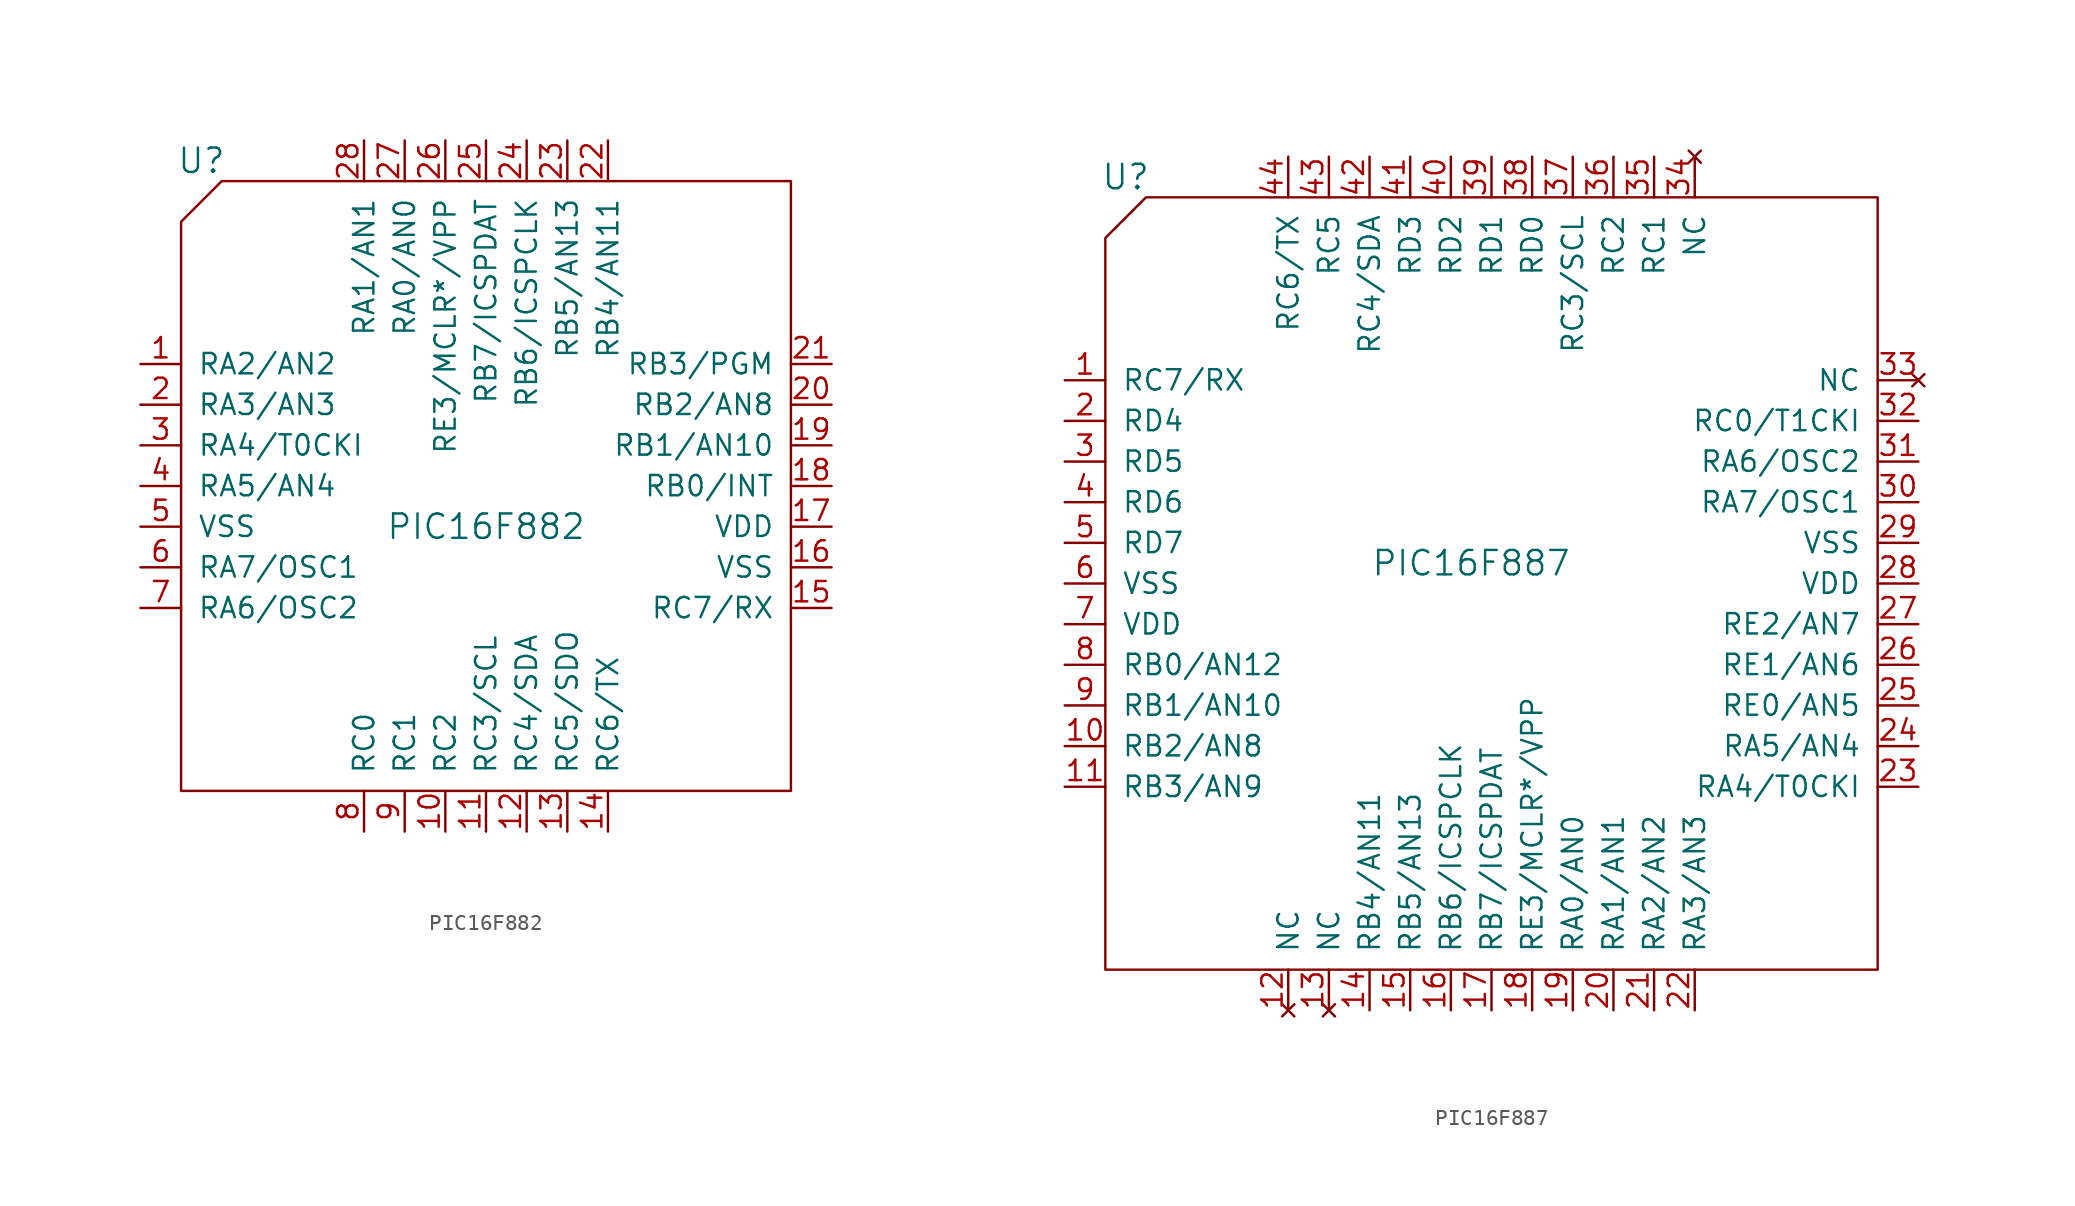
<source format=kicad_sym>
(kicad_symbol_lib
  (version 20211014)
  (generator kicad_symbol_editor)
  (symbol "PIC16F882"
    (pin_names
      (offset 1.016))
    (property "Reference" "U"
      (at -17.78 20.32 0)
      (effects (font (size 1.524 1.524))))
    (property "Value" "PIC16F882"
      (at 0 -2.54 0)
      (effects (font (size 1.524 1.524))))
    (property "Footprint" ""
      (at 0 0 0)
      (effects (font (size 1.524 1.524))))
    (property "Datasheet" ""
      (at 0 0 0)
      (effects (font (size 1.524 1.524))))
    (symbol "PIC16F882_0_1"
      (polyline (pts (xy -19.05 16.51) (xy -16.51 19.05) (xy 19.05 19.05) (xy 19.05 -19.05) (xy -19.05 -19.05) (xy -19.05 16.51)) (stroke (width 0) (type default) (color 0 0 0 0)) (fill (type none))))
    (symbol "PIC16F882_1_1"
      (pin bidirectional line (at -21.59 7.62 0) (length 2.54) (name "RA2/AN2" (effects (font (size 1.27 1.27)))) (number "1" (effects (font (size 1.27 1.27)))))
      (pin bidirectional line (at -2.54 -21.59 90) (length 2.54) (name "RC2" (effects (font (size 1.27 1.27)))) (number "10" (effects (font (size 1.27 1.27)))))
      (pin bidirectional line (at 0 -21.59 90) (length 2.54) (name "RC3/SCL" (effects (font (size 1.27 1.27)))) (number "11" (effects (font (size 1.27 1.27)))))
      (pin bidirectional line (at 2.54 -21.59 90) (length 2.54) (name "RC4/SDA" (effects (font (size 1.27 1.27)))) (number "12" (effects (font (size 1.27 1.27)))))
      (pin bidirectional line (at 5.08 -21.59 90) (length 2.54) (name "RC5/SDO" (effects (font (size 1.27 1.27)))) (number "13" (effects (font (size 1.27 1.27)))))
      (pin bidirectional line (at 7.62 -21.59 90) (length 2.54) (name "RC6/TX" (effects (font (size 1.27 1.27)))) (number "14" (effects (font (size 1.27 1.27)))))
      (pin bidirectional line (at 21.59 -7.62 180) (length 2.54) (name "RC7/RX" (effects (font (size 1.27 1.27)))) (number "15" (effects (font (size 1.27 1.27)))))
      (pin power_in line (at 21.59 -5.08 180) (length 2.54) (name "VSS" (effects (font (size 1.27 1.27)))) (number "16" (effects (font (size 1.27 1.27)))))
      (pin power_in line (at 21.59 -2.54 180) (length 2.54) (name "VDD" (effects (font (size 1.27 1.27)))) (number "17" (effects (font (size 1.27 1.27)))))
      (pin bidirectional line (at 21.59 0 180) (length 2.54) (name "RB0/INT" (effects (font (size 1.27 1.27)))) (number "18" (effects (font (size 1.27 1.27)))))
      (pin bidirectional line (at 21.59 2.54 180) (length 2.54) (name "RB1/AN10" (effects (font (size 1.27 1.27)))) (number "19" (effects (font (size 1.27 1.27)))))
      (pin bidirectional line (at -21.59 5.08 0) (length 2.54) (name "RA3/AN3" (effects (font (size 1.27 1.27)))) (number "2" (effects (font (size 1.27 1.27)))))
      (pin bidirectional line (at 21.59 5.08 180) (length 2.54) (name "RB2/AN8" (effects (font (size 1.27 1.27)))) (number "20" (effects (font (size 1.27 1.27)))))
      (pin bidirectional line (at 21.59 7.62 180) (length 2.54) (name "RB3/PGM" (effects (font (size 1.27 1.27)))) (number "21" (effects (font (size 1.27 1.27)))))
      (pin bidirectional line (at 7.62 21.59 270) (length 2.54) (name "RB4/AN11" (effects (font (size 1.27 1.27)))) (number "22" (effects (font (size 1.27 1.27)))))
      (pin bidirectional line (at 5.08 21.59 270) (length 2.54) (name "RB5/AN13" (effects (font (size 1.27 1.27)))) (number "23" (effects (font (size 1.27 1.27)))))
      (pin bidirectional line (at 2.54 21.59 270) (length 2.54) (name "RB6/ICSPCLK" (effects (font (size 1.27 1.27)))) (number "24" (effects (font (size 1.27 1.27)))))
      (pin bidirectional line (at 0 21.59 270) (length 2.54) (name "RB7/ICSPDAT" (effects (font (size 1.27 1.27)))) (number "25" (effects (font (size 1.27 1.27)))))
      (pin input line (at -2.54 21.59 270) (length 2.54) (name "RE3/MCLR*/VPP" (effects (font (size 1.27 1.27)))) (number "26" (effects (font (size 1.27 1.27)))))
      (pin bidirectional line (at -5.08 21.59 270) (length 2.54) (name "RA0/AN0" (effects (font (size 1.27 1.27)))) (number "27" (effects (font (size 1.27 1.27)))))
      (pin bidirectional line (at -7.62 21.59 270) (length 2.54) (name "RA1/AN1" (effects (font (size 1.27 1.27)))) (number "28" (effects (font (size 1.27 1.27)))))
      (pin bidirectional line (at -21.59 2.54 0) (length 2.54) (name "RA4/T0CKI" (effects (font (size 1.27 1.27)))) (number "3" (effects (font (size 1.27 1.27)))))
      (pin bidirectional line (at -21.59 0 0) (length 2.54) (name "RA5/AN4" (effects (font (size 1.27 1.27)))) (number "4" (effects (font (size 1.27 1.27)))))
      (pin power_in line (at -21.59 -2.54 0) (length 2.54) (name "VSS" (effects (font (size 1.27 1.27)))) (number "5" (effects (font (size 1.27 1.27)))))
      (pin bidirectional line (at -21.59 -5.08 0) (length 2.54) (name "RA7/OSC1" (effects (font (size 1.27 1.27)))) (number "6" (effects (font (size 1.27 1.27)))))
      (pin bidirectional line (at -21.59 -7.62 0) (length 2.54) (name "RA6/OSC2" (effects (font (size 1.27 1.27)))) (number "7" (effects (font (size 1.27 1.27)))))
      (pin bidirectional line (at -7.62 -21.59 90) (length 2.54) (name "RC0" (effects (font (size 1.27 1.27)))) (number "8" (effects (font (size 1.27 1.27)))))
      (pin bidirectional line (at -5.08 -21.59 90) (length 2.54) (name "RC1" (effects (font (size 1.27 1.27)))) (number "9" (effects (font (size 1.27 1.27)))))))
  (symbol "PIC16F887"
    (pin_names
      (offset 1.016))
    (property "Reference" "U"
      (at -22.86 25.4 0)
      (effects (font (size 1.524 1.524))))
    (property "Value" "PIC16F887"
      (at -1.27 1.27 0)
      (effects (font (size 1.524 1.524))))
    (property "Footprint" ""
      (at 0 0 0)
      (effects (font (size 1.524 1.524))))
    (property "Datasheet" ""
      (at 0 0 0)
      (effects (font (size 1.524 1.524))))
    (symbol "PIC16F887_0_1"
      (polyline (pts (xy 24.13 -24.13) (xy -24.13 -24.13) (xy -24.13 21.59) (xy -21.59 24.13) (xy 24.13 24.13) (xy 24.13 -24.13)) (stroke (width 0) (type default) (color 0 0 0 0)) (fill (type none))))
    (symbol "PIC16F887_1_1"
      (pin bidirectional line (at -26.67 12.7 0) (length 2.54) (name "RC7/RX" (effects (font (size 1.27 1.27)))) (number "1" (effects (font (size 1.27 1.27)))))
      (pin bidirectional line (at -26.67 -10.16 0) (length 2.54) (name "RB2/AN8" (effects (font (size 1.27 1.27)))) (number "10" (effects (font (size 1.27 1.27)))))
      (pin bidirectional line (at -26.67 -12.7 0) (length 2.54) (name "RB3/AN9" (effects (font (size 1.27 1.27)))) (number "11" (effects (font (size 1.27 1.27)))))
      (pin no_connect line (at -12.7 -26.67 90) (length 2.54) (name "NC" (effects (font (size 1.27 1.27)))) (number "12" (effects (font (size 1.27 1.27)))))
      (pin no_connect line (at -10.16 -26.67 90) (length 2.54) (name "NC" (effects (font (size 1.27 1.27)))) (number "13" (effects (font (size 1.27 1.27)))))
      (pin bidirectional line (at -7.62 -26.67 90) (length 2.54) (name "RB4/AN11" (effects (font (size 1.27 1.27)))) (number "14" (effects (font (size 1.27 1.27)))))
      (pin bidirectional line (at -5.08 -26.67 90) (length 2.54) (name "RB5/AN13" (effects (font (size 1.27 1.27)))) (number "15" (effects (font (size 1.27 1.27)))))
      (pin bidirectional line (at -2.54 -26.67 90) (length 2.54) (name "RB6/ICSPCLK" (effects (font (size 1.27 1.27)))) (number "16" (effects (font (size 1.27 1.27)))))
      (pin bidirectional line (at 0 -26.67 90) (length 2.54) (name "RB7/ICSPDAT" (effects (font (size 1.27 1.27)))) (number "17" (effects (font (size 1.27 1.27)))))
      (pin input line (at 2.54 -26.67 90) (length 2.54) (name "RE3/MCLR*/VPP" (effects (font (size 1.27 1.27)))) (number "18" (effects (font (size 1.27 1.27)))))
      (pin bidirectional line (at 5.08 -26.67 90) (length 2.54) (name "RA0/AN0" (effects (font (size 1.27 1.27)))) (number "19" (effects (font (size 1.27 1.27)))))
      (pin bidirectional line (at -26.67 10.16 0) (length 2.54) (name "RD4" (effects (font (size 1.27 1.27)))) (number "2" (effects (font (size 1.27 1.27)))))
      (pin bidirectional line (at 7.62 -26.67 90) (length 2.54) (name "RA1/AN1" (effects (font (size 1.27 1.27)))) (number "20" (effects (font (size 1.27 1.27)))))
      (pin bidirectional line (at 10.16 -26.67 90) (length 2.54) (name "RA2/AN2" (effects (font (size 1.27 1.27)))) (number "21" (effects (font (size 1.27 1.27)))))
      (pin bidirectional line (at 12.7 -26.67 90) (length 2.54) (name "RA3/AN3" (effects (font (size 1.27 1.27)))) (number "22" (effects (font (size 1.27 1.27)))))
      (pin bidirectional line (at 26.67 -12.7 180) (length 2.54) (name "RA4/T0CKI" (effects (font (size 1.27 1.27)))) (number "23" (effects (font (size 1.27 1.27)))))
      (pin bidirectional line (at 26.67 -10.16 180) (length 2.54) (name "RA5/AN4" (effects (font (size 1.27 1.27)))) (number "24" (effects (font (size 1.27 1.27)))))
      (pin bidirectional line (at 26.67 -7.62 180) (length 2.54) (name "RE0/AN5" (effects (font (size 1.27 1.27)))) (number "25" (effects (font (size 1.27 1.27)))))
      (pin bidirectional line (at 26.67 -5.08 180) (length 2.54) (name "RE1/AN6" (effects (font (size 1.27 1.27)))) (number "26" (effects (font (size 1.27 1.27)))))
      (pin bidirectional line (at 26.67 -2.54 180) (length 2.54) (name "RE2/AN7" (effects (font (size 1.27 1.27)))) (number "27" (effects (font (size 1.27 1.27)))))
      (pin power_in line (at 26.67 0 180) (length 2.54) (name "VDD" (effects (font (size 1.27 1.27)))) (number "28" (effects (font (size 1.27 1.27)))))
      (pin power_in line (at 26.67 2.54 180) (length 2.54) (name "VSS" (effects (font (size 1.27 1.27)))) (number "29" (effects (font (size 1.27 1.27)))))
      (pin bidirectional line (at -26.67 7.62 0) (length 2.54) (name "RD5" (effects (font (size 1.27 1.27)))) (number "3" (effects (font (size 1.27 1.27)))))
      (pin bidirectional line (at 26.67 5.08 180) (length 2.54) (name "RA7/OSC1" (effects (font (size 1.27 1.27)))) (number "30" (effects (font (size 1.27 1.27)))))
      (pin bidirectional line (at 26.67 7.62 180) (length 2.54) (name "RA6/OSC2" (effects (font (size 1.27 1.27)))) (number "31" (effects (font (size 1.27 1.27)))))
      (pin bidirectional line (at 26.67 10.16 180) (length 2.54) (name "RC0/T1CKI" (effects (font (size 1.27 1.27)))) (number "32" (effects (font (size 1.27 1.27)))))
      (pin no_connect line (at 26.67 12.7 180) (length 2.54) (name "NC" (effects (font (size 1.27 1.27)))) (number "33" (effects (font (size 1.27 1.27)))))
      (pin no_connect line (at 12.7 26.67 270) (length 2.54) (name "NC" (effects (font (size 1.27 1.27)))) (number "34" (effects (font (size 1.27 1.27)))))
      (pin bidirectional line (at 10.16 26.67 270) (length 2.54) (name "RC1" (effects (font (size 1.27 1.27)))) (number "35" (effects (font (size 1.27 1.27)))))
      (pin bidirectional line (at 7.62 26.67 270) (length 2.54) (name "RC2" (effects (font (size 1.27 1.27)))) (number "36" (effects (font (size 1.27 1.27)))))
      (pin bidirectional line (at 5.08 26.67 270) (length 2.54) (name "RC3/SCL" (effects (font (size 1.27 1.27)))) (number "37" (effects (font (size 1.27 1.27)))))
      (pin bidirectional line (at 2.54 26.67 270) (length 2.54) (name "RD0" (effects (font (size 1.27 1.27)))) (number "38" (effects (font (size 1.27 1.27)))))
      (pin bidirectional line (at 0 26.67 270) (length 2.54) (name "RD1" (effects (font (size 1.27 1.27)))) (number "39" (effects (font (size 1.27 1.27)))))
      (pin bidirectional line (at -26.67 5.08 0) (length 2.54) (name "RD6" (effects (font (size 1.27 1.27)))) (number "4" (effects (font (size 1.27 1.27)))))
      (pin bidirectional line (at -2.54 26.67 270) (length 2.54) (name "RD2" (effects (font (size 1.27 1.27)))) (number "40" (effects (font (size 1.27 1.27)))))
      (pin bidirectional line (at -5.08 26.67 270) (length 2.54) (name "RD3" (effects (font (size 1.27 1.27)))) (number "41" (effects (font (size 1.27 1.27)))))
      (pin bidirectional line (at -7.62 26.67 270) (length 2.54) (name "RC4/SDA" (effects (font (size 1.27 1.27)))) (number "42" (effects (font (size 1.27 1.27)))))
      (pin bidirectional line (at -10.16 26.67 270) (length 2.54) (name "RC5" (effects (font (size 1.27 1.27)))) (number "43" (effects (font (size 1.27 1.27)))))
      (pin bidirectional line (at -12.7 26.67 270) (length 2.54) (name "RC6/TX" (effects (font (size 1.27 1.27)))) (number "44" (effects (font (size 1.27 1.27)))))
      (pin bidirectional line (at -26.67 2.54 0) (length 2.54) (name "RD7" (effects (font (size 1.27 1.27)))) (number "5" (effects (font (size 1.27 1.27)))))
      (pin power_in line (at -26.67 0 0) (length 2.54) (name "VSS" (effects (font (size 1.27 1.27)))) (number "6" (effects (font (size 1.27 1.27)))))
      (pin power_in line (at -26.67 -2.54 0) (length 2.54) (name "VDD" (effects (font (size 1.27 1.27)))) (number "7" (effects (font (size 1.27 1.27)))))
      (pin bidirectional line (at -26.67 -5.08 0) (length 2.54) (name "RB0/AN12" (effects (font (size 1.27 1.27)))) (number "8" (effects (font (size 1.27 1.27)))))
      (pin bidirectional line (at -26.67 -7.62 0) (length 2.54) (name "RB1/AN10" (effects (font (size 1.27 1.27)))) (number "9" (effects (font (size 1.27 1.27))))))))
</source>
